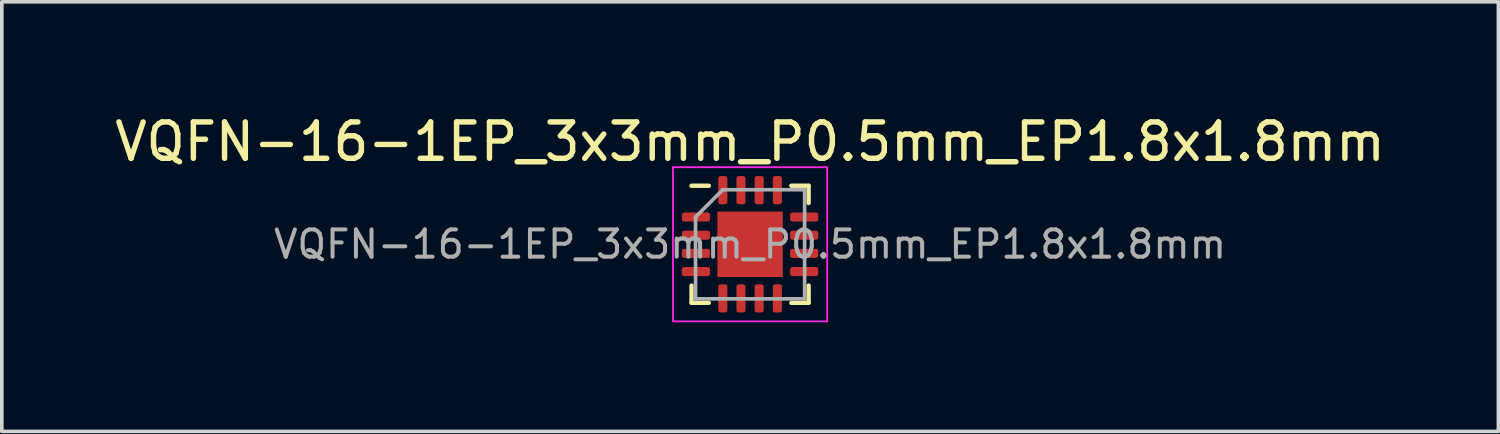
<source format=kicad_pcb>
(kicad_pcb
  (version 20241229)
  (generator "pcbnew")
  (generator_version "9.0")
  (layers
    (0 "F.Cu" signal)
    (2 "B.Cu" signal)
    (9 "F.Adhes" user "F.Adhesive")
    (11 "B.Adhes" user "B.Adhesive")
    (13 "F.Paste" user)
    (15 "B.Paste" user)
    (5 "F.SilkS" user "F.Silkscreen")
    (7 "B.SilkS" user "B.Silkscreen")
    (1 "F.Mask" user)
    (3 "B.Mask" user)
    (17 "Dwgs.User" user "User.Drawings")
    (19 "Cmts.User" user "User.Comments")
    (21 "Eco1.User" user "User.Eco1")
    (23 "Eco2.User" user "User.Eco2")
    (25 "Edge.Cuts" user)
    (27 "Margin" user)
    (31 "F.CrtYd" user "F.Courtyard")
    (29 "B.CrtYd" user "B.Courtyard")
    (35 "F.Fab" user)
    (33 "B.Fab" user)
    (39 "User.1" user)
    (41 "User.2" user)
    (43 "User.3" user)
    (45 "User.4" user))
  (footprint "VQFN-16-1EP_3x3mm_P0.5mm_EP1.8x1.8mm"
    (layer "F.Cu")
    (at 17.577 3.668)
    (property "Reference" "VQFN-16-1EP_3x3mm_P0.5mm_EP1.8x1.8mm" (at 0 -2.82 0) (layer "F.SilkS") (effects (font (size 1 1) (thickness 0.15))))
    (attr smd)
    (fp_line (start -1.61 1.61) (end -1.61 1.135) (stroke (width 0.12) (type solid)) (layer "F.SilkS"))
    (fp_line (start -1.135 -1.61) (end -1.61 -1.61) (stroke (width 0.12) (type solid)) (layer "F.SilkS"))
    (fp_line (start -1.135 1.61) (end -1.61 1.61) (stroke (width 0.12) (type solid)) (layer "F.SilkS"))
    (fp_line (start 1.135 -1.61) (end 1.61 -1.61) (stroke (width 0.12) (type solid)) (layer "F.SilkS"))
    (fp_line (start 1.135 1.61) (end 1.61 1.61) (stroke (width 0.12) (type solid)) (layer "F.SilkS"))
    (fp_line (start 1.61 -1.61) (end 1.61 -1.135) (stroke (width 0.12) (type solid)) (layer "F.SilkS"))
    (fp_line (start 1.61 1.61) (end 1.61 1.135) (stroke (width 0.12) (type solid)) (layer "F.SilkS"))
    (fp_line (start -2.12 -2.12) (end -2.12 2.12) (stroke (width 0.05) (type solid)) (layer "F.CrtYd"))
    (fp_line (start -2.12 2.12) (end 2.12 2.12) (stroke (width 0.05) (type solid)) (layer "F.CrtYd"))
    (fp_line (start 2.12 -2.12) (end -2.12 -2.12) (stroke (width 0.05) (type solid)) (layer "F.CrtYd"))
    (fp_line (start 2.12 2.12) (end 2.12 -2.12) (stroke (width 0.05) (type solid)) (layer "F.CrtYd"))
    (fp_line (start -1.5 -0.75) (end -0.75 -1.5) (stroke (width 0.1) (type solid)) (layer "F.Fab"))
    (fp_line (start -1.5 1.5) (end -1.5 -0.75) (stroke (width 0.1) (type solid)) (layer "F.Fab"))
    (fp_line (start -0.75 -1.5) (end 1.5 -1.5) (stroke (width 0.1) (type solid)) (layer "F.Fab"))
    (fp_line (start 1.5 -1.5) (end 1.5 1.5) (stroke (width 0.1) (type solid)) (layer "F.Fab"))
    (fp_line (start 1.5 1.5) (end -1.5 1.5) (stroke (width 0.1) (type solid)) (layer "F.Fab"))
    (fp_text user "${REFERENCE}" (at 0 0 0) (layer "F.Fab") (effects (font (size 0.75 0.75) (thickness 0.11))))
    (pad "" smd roundrect (at -0.45 -0.45) (size 0.73 0.73) (layers "F.Paste") (roundrect_rratio 0.25))
    (pad "" smd roundrect (at -0.45 0.45) (size 0.73 0.73) (layers "F.Paste") (roundrect_rratio 0.25))
    (pad "" smd roundrect (at 0.45 -0.45) (size 0.73 0.73) (layers "F.Paste") (roundrect_rratio 0.25))
    (pad "" smd roundrect (at 0.45 0.45) (size 0.73 0.73) (layers "F.Paste") (roundrect_rratio 0.25))
    (pad "1" smd roundrect (at -1.488 -0.75) (size 0.775 0.25) (layers "F.Cu" "F.Mask" "F.Paste") (roundrect_rratio 0.25))
    (pad "2" smd roundrect (at -1.488 -0.25) (size 0.775 0.25) (layers "F.Cu" "F.Mask" "F.Paste") (roundrect_rratio 0.25))
    (pad "3" smd roundrect (at -1.488 0.25) (size 0.775 0.25) (layers "F.Cu" "F.Mask" "F.Paste") (roundrect_rratio 0.25))
    (pad "4" smd roundrect (at -1.488 0.75) (size 0.775 0.25) (layers "F.Cu" "F.Mask" "F.Paste") (roundrect_rratio 0.25))
    (pad "5" smd roundrect (at -0.75 1.488) (size 0.25 0.775) (layers "F.Cu" "F.Mask" "F.Paste") (roundrect_rratio 0.25))
    (pad "6" smd roundrect (at -0.25 1.488) (size 0.25 0.775) (layers "F.Cu" "F.Mask" "F.Paste") (roundrect_rratio 0.25))
    (pad "7" smd roundrect (at 0.25 1.488) (size 0.25 0.775) (layers "F.Cu" "F.Mask" "F.Paste") (roundrect_rratio 0.25))
    (pad "8" smd roundrect (at 0.75 1.488) (size 0.25 0.775) (layers "F.Cu" "F.Mask" "F.Paste") (roundrect_rratio 0.25))
    (pad "9" smd roundrect (at 1.488 0.75) (size 0.775 0.25) (layers "F.Cu" "F.Mask" "F.Paste") (roundrect_rratio 0.25))
    (pad "10" smd roundrect (at 1.488 0.25) (size 0.775 0.25) (layers "F.Cu" "F.Mask" "F.Paste") (roundrect_rratio 0.25))
    (pad "11" smd roundrect (at 1.488 -0.25) (size 0.775 0.25) (layers "F.Cu" "F.Mask" "F.Paste") (roundrect_rratio 0.25))
    (pad "12" smd roundrect (at 1.488 -0.75) (size 0.775 0.25) (layers "F.Cu" "F.Mask" "F.Paste") (roundrect_rratio 0.25))
    (pad "13" smd roundrect (at 0.75 -1.488) (size 0.25 0.775) (layers "F.Cu" "F.Mask" "F.Paste") (roundrect_rratio 0.25))
    (pad "14" smd roundrect (at 0.25 -1.488) (size 0.25 0.775) (layers "F.Cu" "F.Mask" "F.Paste") (roundrect_rratio 0.25))
    (pad "15" smd roundrect (at -0.25 -1.488) (size 0.25 0.775) (layers "F.Cu" "F.Mask" "F.Paste") (roundrect_rratio 0.25))
    (pad "16" smd roundrect (at -0.75 -1.488) (size 0.25 0.775) (layers "F.Cu" "F.Mask" "F.Paste") (roundrect_rratio 0.25))
    (pad "17" smd rect (at 0 0) (size 1.8 1.8) (layers "F.Cu" "F.Mask")))
  (gr_rect
    (start -3 -3)
    (end 38.155 8.813)
    (stroke (width 0.1) (type default))
    (fill no)
    (layer "Edge.Cuts")))
</source>
